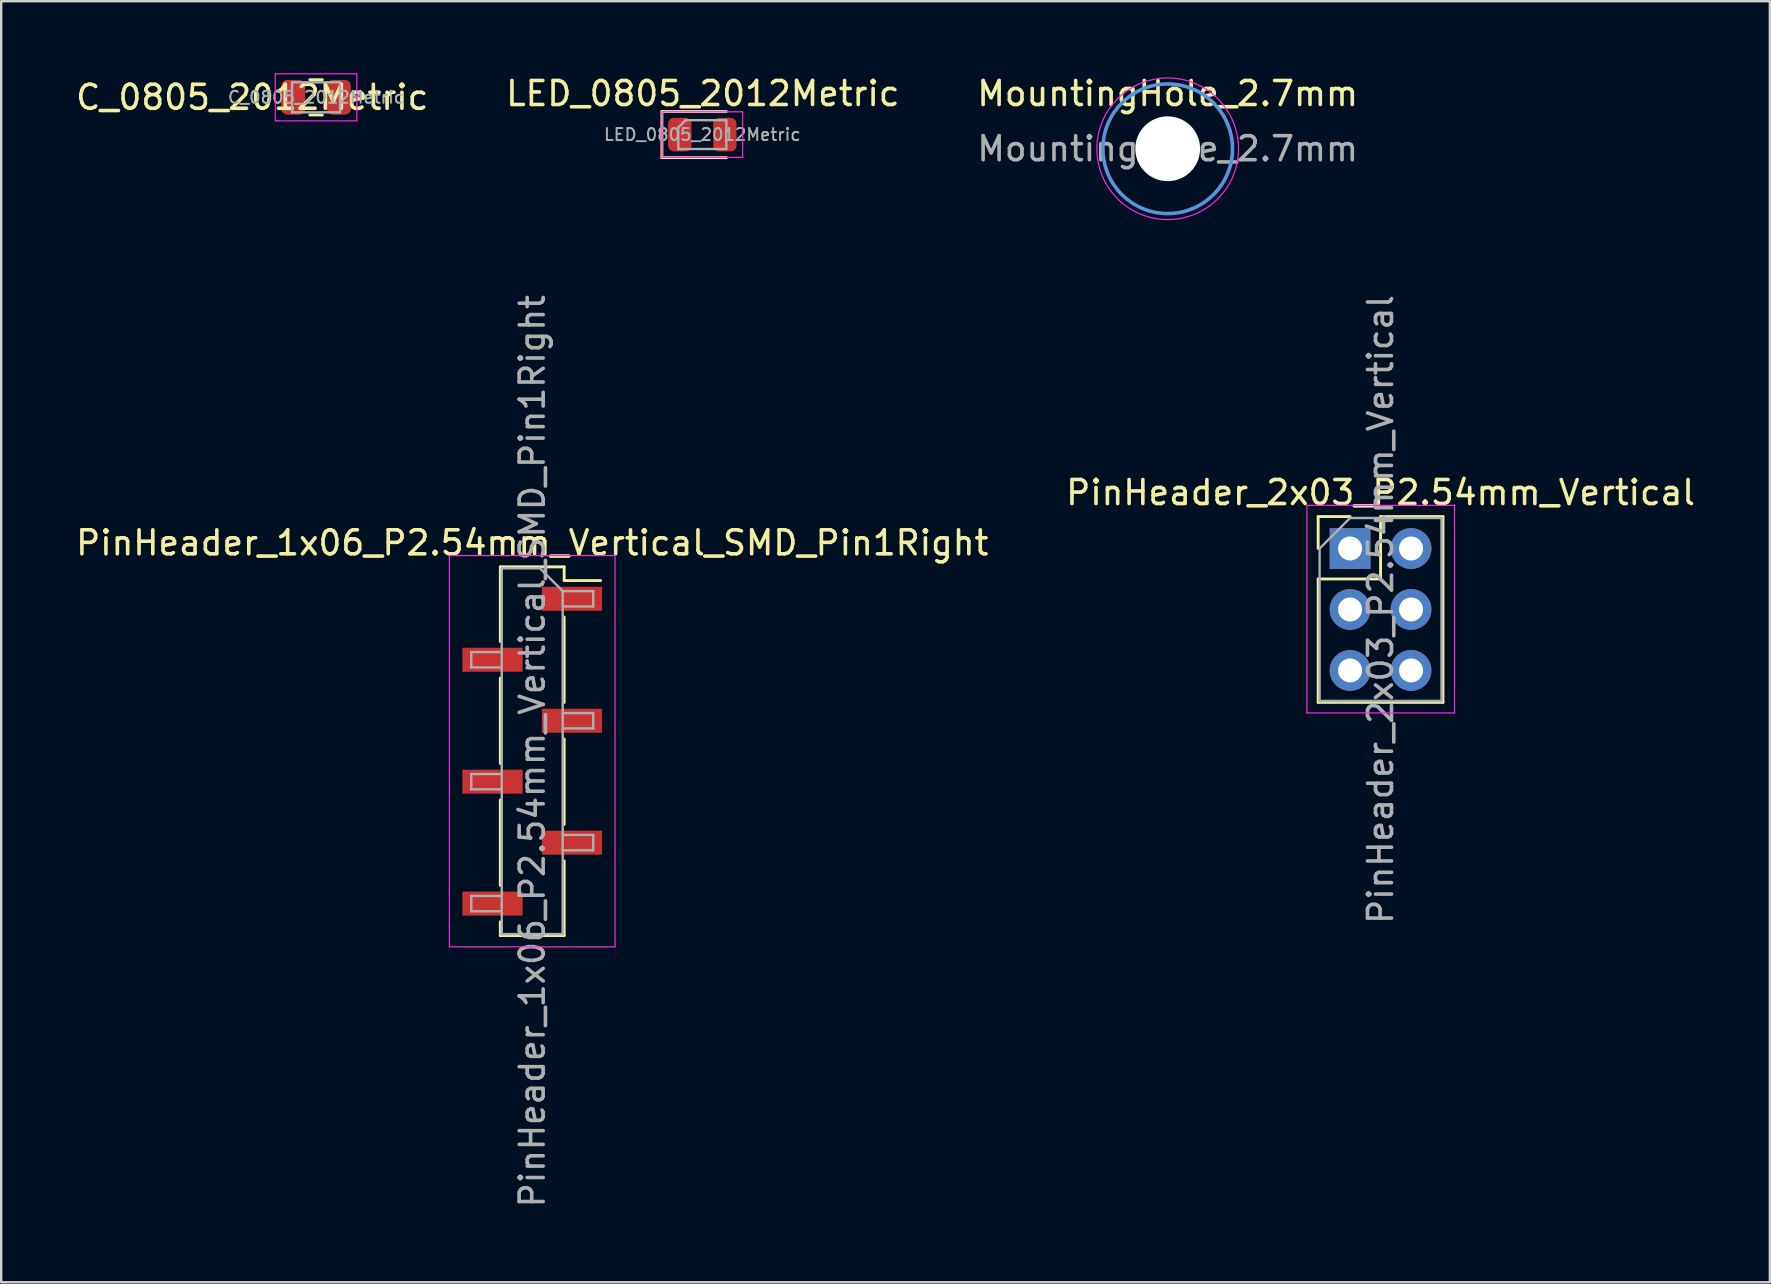
<source format=kicad_pcb>
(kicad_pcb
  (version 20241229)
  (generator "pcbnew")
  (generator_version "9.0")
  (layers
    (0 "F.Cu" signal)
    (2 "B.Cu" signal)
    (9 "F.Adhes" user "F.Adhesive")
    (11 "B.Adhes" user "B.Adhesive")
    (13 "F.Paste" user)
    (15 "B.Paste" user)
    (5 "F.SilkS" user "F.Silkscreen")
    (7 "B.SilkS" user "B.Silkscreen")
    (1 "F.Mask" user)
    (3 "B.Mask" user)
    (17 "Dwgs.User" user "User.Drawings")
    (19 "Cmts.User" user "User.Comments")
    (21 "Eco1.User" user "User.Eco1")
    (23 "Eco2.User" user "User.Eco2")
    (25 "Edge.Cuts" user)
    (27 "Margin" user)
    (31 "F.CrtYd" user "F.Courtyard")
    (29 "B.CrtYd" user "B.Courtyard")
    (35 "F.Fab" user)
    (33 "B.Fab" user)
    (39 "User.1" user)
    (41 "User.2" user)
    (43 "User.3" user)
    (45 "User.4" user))
  (footprint "LED_0805_2012Metric"
    (layer "F.Cu")
    (at 26.212 2.558)
    (property "Reference" "LED_0805_2012Metric" (at 0.02 -1.71 0) (layer "F.SilkS") (effects (font (size 1 1) (thickness 0.15))))
    (attr smd)
    (fp_line (start -1.685 -0.96) (end -1.685 0.96) (stroke (width 0.12) (type solid)) (layer "F.SilkS"))
    (fp_line (start -1.685 0.96) (end 1 0.96) (stroke (width 0.12) (type solid)) (layer "F.SilkS"))
    (fp_line (start 1 -0.96) (end -1.685 -0.96) (stroke (width 0.12) (type solid)) (layer "F.SilkS"))
    (fp_line (start -1.68 -0.95) (end 1.68 -0.95) (stroke (width 0.05) (type solid)) (layer "F.CrtYd"))
    (fp_line (start -1.68 0.95) (end -1.68 -0.95) (stroke (width 0.05) (type solid)) (layer "F.CrtYd"))
    (fp_line (start 1.68 -0.95) (end 1.68 0.95) (stroke (width 0.05) (type solid)) (layer "F.CrtYd"))
    (fp_line (start 1.68 0.95) (end -1.68 0.95) (stroke (width 0.05) (type solid)) (layer "F.CrtYd"))
    (fp_line (start -1 -0.3) (end -1 0.6) (stroke (width 0.1) (type solid)) (layer "F.Fab"))
    (fp_line (start -1 0.6) (end 1 0.6) (stroke (width 0.1) (type solid)) (layer "F.Fab"))
    (fp_line (start -0.7 -0.6) (end -1 -0.3) (stroke (width 0.1) (type solid)) (layer "F.Fab"))
    (fp_line (start 1 -0.6) (end -0.7 -0.6) (stroke (width 0.1) (type solid)) (layer "F.Fab"))
    (fp_line (start 1 0.6) (end 1 -0.6) (stroke (width 0.1) (type solid)) (layer "F.Fab"))
    (fp_text user "${REFERENCE}" (at 0 0 0) (layer "F.Fab") (effects (font (size 0.5 0.5) (thickness 0.08))))
    (pad "1" smd roundrect (at -0.938 0) (size 0.975 1.4) (layers "F.Cu" "F.Mask" "F.Paste") (roundrect_rratio 0.25))
    (pad "2" smd roundrect (at 0.938 0) (size 0.975 1.4) (layers "F.Cu" "F.Mask" "F.Paste") (roundrect_rratio 0.25)))
  (footprint "PinHeader_2x03_P2.54mm_Vertical"
    (layer "F.Cu")
    (at 53.2 19.803)
    (property "Reference" "PinHeader_2x03_P2.54mm_Vertical" (at 1.27 -2.33 180) (layer "F.SilkS") (effects (font (size 1 1) (thickness 0.15))))
    (attr through_hole)
    (fp_line (start -1.33 -1.33) (end 0 -1.33) (stroke (width 0.12) (type solid)) (layer "F.SilkS"))
    (fp_line (start -1.33 0) (end -1.33 -1.33) (stroke (width 0.12) (type solid)) (layer "F.SilkS"))
    (fp_line (start -1.33 1.27) (end -1.33 6.41) (stroke (width 0.12) (type solid)) (layer "F.SilkS"))
    (fp_line (start -1.33 1.27) (end 1.27 1.27) (stroke (width 0.12) (type solid)) (layer "F.SilkS"))
    (fp_line (start -1.33 6.41) (end 3.87 6.41) (stroke (width 0.12) (type solid)) (layer "F.SilkS"))
    (fp_line (start 1.27 1.27) (end 1.27 -1.33) (stroke (width 0.12) (type solid)) (layer "F.SilkS"))
    (fp_line (start 1.27 -1.33) (end 3.87 -1.33) (stroke (width 0.12) (type solid)) (layer "F.SilkS"))
    (fp_line (start 3.87 -1.33) (end 3.87 6.41) (stroke (width 0.12) (type solid)) (layer "F.SilkS"))
    (fp_line (start -1.8 -1.8) (end -1.8 6.85) (stroke (width 0.05) (type solid)) (layer "F.CrtYd"))
    (fp_line (start -1.8 6.85) (end 4.35 6.85) (stroke (width 0.05) (type solid)) (layer "F.CrtYd"))
    (fp_line (start 4.35 -1.8) (end -1.8 -1.8) (stroke (width 0.05) (type solid)) (layer "F.CrtYd"))
    (fp_line (start 4.35 6.85) (end 4.35 -1.8) (stroke (width 0.05) (type solid)) (layer "F.CrtYd"))
    (fp_line (start -1.27 0) (end 0 -1.27) (stroke (width 0.1) (type solid)) (layer "F.Fab"))
    (fp_line (start -1.27 6.35) (end -1.27 0) (stroke (width 0.1) (type solid)) (layer "F.Fab"))
    (fp_line (start 0 -1.27) (end 3.81 -1.27) (stroke (width 0.1) (type solid)) (layer "F.Fab"))
    (fp_line (start 3.81 -1.27) (end 3.81 6.35) (stroke (width 0.1) (type solid)) (layer "F.Fab"))
    (fp_line (start 3.81 6.35) (end -1.27 6.35) (stroke (width 0.1) (type solid)) (layer "F.Fab"))
    (fp_text user "${REFERENCE}" (at 1.27 2.54 90) (layer "F.Fab") (effects (font (size 1 1) (thickness 0.15))))
    (pad "1" thru_hole rect (at 0 0) (size 1.7 1.7) (drill 1) (layers "*.Cu" "*.Mask"))
    (pad "2" thru_hole oval (at 2.54 0) (size 1.7 1.7) (drill 1) (layers "*.Cu" "*.Mask"))
    (pad "3" thru_hole oval (at 0 2.54) (size 1.7 1.7) (drill 1) (layers "*.Cu" "*.Mask"))
    (pad "4" thru_hole oval (at 2.54 2.54) (size 1.7 1.7) (drill 1) (layers "*.Cu" "*.Mask"))
    (pad "5" thru_hole oval (at 0 5.08) (size 1.7 1.7) (drill 1) (layers "*.Cu" "*.Mask"))
    (pad "6" thru_hole oval (at 2.54 5.08) (size 1.7 1.7) (drill 1) (layers "*.Cu" "*.Mask")))
  (footprint "C_0805_2012Metric"
    (layer "F.Cu")
    (at 10.118 1.005)
    (property "Reference" "C_0805_2012Metric" (at -2.66 0 0) (layer "F.SilkS") (effects (font (size 1 1) (thickness 0.15))))
    (attr smd)
    (fp_line (start -0.261 -0.735) (end 0.261 -0.735) (stroke (width 0.12) (type solid)) (layer "F.SilkS"))
    (fp_line (start -0.261 0.735) (end 0.261 0.735) (stroke (width 0.12) (type solid)) (layer "F.SilkS"))
    (fp_line (start -1.7 -0.98) (end 1.7 -0.98) (stroke (width 0.05) (type solid)) (layer "F.CrtYd"))
    (fp_line (start -1.7 0.98) (end -1.7 -0.98) (stroke (width 0.05) (type solid)) (layer "F.CrtYd"))
    (fp_line (start 1.7 -0.98) (end 1.7 0.98) (stroke (width 0.05) (type solid)) (layer "F.CrtYd"))
    (fp_line (start 1.7 0.98) (end -1.7 0.98) (stroke (width 0.05) (type solid)) (layer "F.CrtYd"))
    (fp_line (start -1 -0.625) (end 1 -0.625) (stroke (width 0.1) (type solid)) (layer "F.Fab"))
    (fp_line (start -1 0.625) (end -1 -0.625) (stroke (width 0.1) (type solid)) (layer "F.Fab"))
    (fp_line (start 1 -0.625) (end 1 0.625) (stroke (width 0.1) (type solid)) (layer "F.Fab"))
    (fp_line (start 1 0.625) (end -1 0.625) (stroke (width 0.1) (type solid)) (layer "F.Fab"))
    (fp_text user "${REFERENCE}" (at 0 0 0) (layer "F.Fab") (effects (font (size 0.5 0.5) (thickness 0.08))))
    (pad "1" smd roundrect (at -0.95 0) (size 1 1.45) (layers "F.Cu" "F.Mask" "F.Paste") (roundrect_rratio 0.25))
    (pad "2" smd roundrect (at 0.95 0) (size 1 1.45) (layers "F.Cu" "F.Mask" "F.Paste") (roundrect_rratio 0.25)))
  (footprint "MountingHole_2.7mm"
    (layer "F.Cu")
    (at 45.601 3.148)
    (property "Reference" "MountingHole_2.7mm" (at 0 -2.3 0) (layer "F.SilkS") (effects (font (size 1 1) (thickness 0.15))))
    (attr exclude_from_pos_files exclude_from_bom dnp)
    (fp_circle (center 0 0) (end 2.7 0) (stroke (width 0.15) (type solid)) (fill no) (layer "Cmts.User"))
    (fp_circle (center 0 0) (end 2.95 0) (stroke (width 0.05) (type solid)) (fill no) (layer "F.CrtYd"))
    (fp_text user "${REFERENCE}" (at 0 0 0) (layer "F.Fab") (effects (font (size 1 1) (thickness 0.15))))
    (pad "" np_thru_hole circle (at 0 0) (size 2.7 2.7) (drill 2.7) (layers "*.Cu" "*.Mask")))
  (footprint "PinHeader_1x06_P2.54mm_Vertical_SMD_Pin1Right"
    (layer "F.Cu")
    (at 19.125 28.248)
    (property "Reference" "PinHeader_1x06_P2.54mm_Vertical_SMD_Pin1Right" (at 0 -8.68 180) (layer "F.SilkS") (effects (font (size 1 1) (thickness 0.15))))
    (attr smd)
    (fp_line (start -1.33 -7.68) (end -1.33 -4.57) (stroke (width 0.12) (type solid)) (layer "F.SilkS"))
    (fp_line (start -1.33 -7.68) (end 1.33 -7.68) (stroke (width 0.12) (type solid)) (layer "F.SilkS"))
    (fp_line (start -1.33 -3.05) (end -1.33 0.51) (stroke (width 0.12) (type solid)) (layer "F.SilkS"))
    (fp_line (start -1.33 2.03) (end -1.33 5.59) (stroke (width 0.12) (type solid)) (layer "F.SilkS"))
    (fp_line (start -1.33 7.11) (end -1.33 7.68) (stroke (width 0.12) (type solid)) (layer "F.SilkS"))
    (fp_line (start -1.33 7.68) (end 1.33 7.68) (stroke (width 0.12) (type solid)) (layer "F.SilkS"))
    (fp_line (start 1.33 -7.68) (end 1.33 -7.11) (stroke (width 0.12) (type solid)) (layer "F.SilkS"))
    (fp_line (start 1.33 -7.11) (end 2.85 -7.11) (stroke (width 0.12) (type solid)) (layer "F.SilkS"))
    (fp_line (start 1.33 -5.59) (end 1.33 -2.03) (stroke (width 0.12) (type solid)) (layer "F.SilkS"))
    (fp_line (start 1.33 -0.51) (end 1.33 3.05) (stroke (width 0.12) (type solid)) (layer "F.SilkS"))
    (fp_line (start 1.33 4.57) (end 1.33 7.68) (stroke (width 0.12) (type solid)) (layer "F.SilkS"))
    (fp_line (start -3.45 -8.15) (end -3.45 8.15) (stroke (width 0.05) (type solid)) (layer "F.CrtYd"))
    (fp_line (start -3.45 8.15) (end 3.45 8.15) (stroke (width 0.05) (type solid)) (layer "F.CrtYd"))
    (fp_line (start 3.45 -8.15) (end -3.45 -8.15) (stroke (width 0.05) (type solid)) (layer "F.CrtYd"))
    (fp_line (start 3.45 8.15) (end 3.45 -8.15) (stroke (width 0.05) (type solid)) (layer "F.CrtYd"))
    (fp_line (start -2.54 -4.13) (end -2.54 -3.49) (stroke (width 0.1) (type solid)) (layer "F.Fab"))
    (fp_line (start -2.54 -3.49) (end -1.27 -3.49) (stroke (width 0.1) (type solid)) (layer "F.Fab"))
    (fp_line (start -2.54 0.95) (end -2.54 1.59) (stroke (width 0.1) (type solid)) (layer "F.Fab"))
    (fp_line (start -2.54 1.59) (end -1.27 1.59) (stroke (width 0.1) (type solid)) (layer "F.Fab"))
    (fp_line (start -2.54 6.03) (end -2.54 6.67) (stroke (width 0.1) (type solid)) (layer "F.Fab"))
    (fp_line (start -2.54 6.67) (end -1.27 6.67) (stroke (width 0.1) (type solid)) (layer "F.Fab"))
    (fp_line (start -1.27 -7.62) (end -1.27 7.62) (stroke (width 0.1) (type solid)) (layer "F.Fab"))
    (fp_line (start -1.27 -7.62) (end 0.32 -7.62) (stroke (width 0.1) (type solid)) (layer "F.Fab"))
    (fp_line (start -1.27 -4.13) (end -2.54 -4.13) (stroke (width 0.1) (type solid)) (layer "F.Fab"))
    (fp_line (start -1.27 0.95) (end -2.54 0.95) (stroke (width 0.1) (type solid)) (layer "F.Fab"))
    (fp_line (start -1.27 6.03) (end -2.54 6.03) (stroke (width 0.1) (type solid)) (layer "F.Fab"))
    (fp_line (start 1.27 -6.67) (end 0.32 -7.62) (stroke (width 0.1) (type solid)) (layer "F.Fab"))
    (fp_line (start 1.27 -6.67) (end 2.54 -6.67) (stroke (width 0.1) (type solid)) (layer "F.Fab"))
    (fp_line (start 1.27 -1.59) (end 2.54 -1.59) (stroke (width 0.1) (type solid)) (layer "F.Fab"))
    (fp_line (start 1.27 3.49) (end 2.54 3.49) (stroke (width 0.1) (type solid)) (layer "F.Fab"))
    (fp_line (start 1.27 7.62) (end -1.27 7.62) (stroke (width 0.1) (type solid)) (layer "F.Fab"))
    (fp_line (start 1.27 7.62) (end 1.27 -6.67) (stroke (width 0.1) (type solid)) (layer "F.Fab"))
    (fp_line (start 2.54 -6.67) (end 2.54 -6.03) (stroke (width 0.1) (type solid)) (layer "F.Fab"))
    (fp_line (start 2.54 -6.03) (end 1.27 -6.03) (stroke (width 0.1) (type solid)) (layer "F.Fab"))
    (fp_line (start 2.54 -1.59) (end 2.54 -0.95) (stroke (width 0.1) (type solid)) (layer "F.Fab"))
    (fp_line (start 2.54 -0.95) (end 1.27 -0.95) (stroke (width 0.1) (type solid)) (layer "F.Fab"))
    (fp_line (start 2.54 3.49) (end 2.54 4.13) (stroke (width 0.1) (type solid)) (layer "F.Fab"))
    (fp_line (start 2.54 4.13) (end 1.27 4.13) (stroke (width 0.1) (type solid)) (layer "F.Fab"))
    (fp_text user "${REFERENCE}" (at 0 0 90) (layer "F.Fab") (effects (font (size 1 1) (thickness 0.15))))
    (pad "1" smd rect (at 1.655 -6.35) (size 2.51 1) (layers "F.Cu" "F.Mask" "F.Paste"))
    (pad "2" smd rect (at -1.655 -3.81) (size 2.51 1) (layers "F.Cu" "F.Mask" "F.Paste"))
    (pad "3" smd rect (at 1.655 -1.27) (size 2.51 1) (layers "F.Cu" "F.Mask" "F.Paste"))
    (pad "4" smd rect (at -1.655 1.27) (size 2.51 1) (layers "F.Cu" "F.Mask" "F.Paste"))
    (pad "5" smd rect (at 1.655 3.81) (size 2.51 1) (layers "F.Cu" "F.Mask" "F.Paste"))
    (pad "6" smd rect (at -1.655 6.35) (size 2.51 1) (layers "F.Cu" "F.Mask" "F.Paste")))
  (gr_rect
    (start -3 -3)
    (end 70.69 50.373)
    (stroke (width 0.1) (type default))
    (fill no)
    (layer "Edge.Cuts")))
</source>
